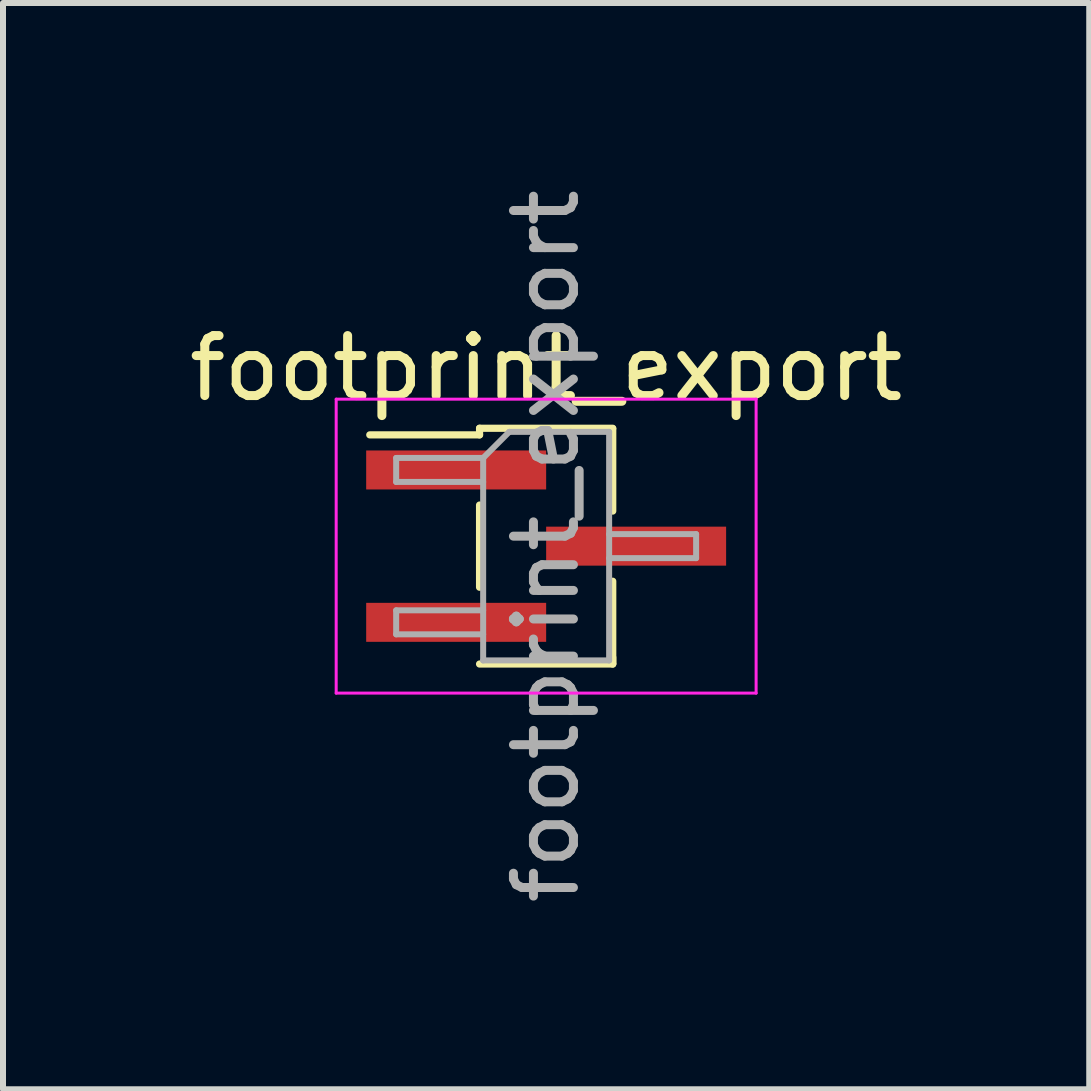
<source format=kicad_pcb>
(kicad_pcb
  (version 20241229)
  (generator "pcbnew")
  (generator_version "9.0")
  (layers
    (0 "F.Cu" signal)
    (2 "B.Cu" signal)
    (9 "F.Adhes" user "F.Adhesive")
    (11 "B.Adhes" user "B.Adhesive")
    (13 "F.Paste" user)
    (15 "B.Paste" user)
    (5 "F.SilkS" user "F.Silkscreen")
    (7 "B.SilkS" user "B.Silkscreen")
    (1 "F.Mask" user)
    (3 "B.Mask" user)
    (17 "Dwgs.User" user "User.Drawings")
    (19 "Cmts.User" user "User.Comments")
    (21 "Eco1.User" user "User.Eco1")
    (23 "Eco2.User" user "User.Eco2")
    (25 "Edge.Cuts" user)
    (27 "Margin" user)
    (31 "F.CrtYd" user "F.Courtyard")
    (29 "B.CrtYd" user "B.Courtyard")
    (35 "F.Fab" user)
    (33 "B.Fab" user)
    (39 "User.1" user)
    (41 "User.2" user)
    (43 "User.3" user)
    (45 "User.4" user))
  (footprint "footprint_export"
    (layer "F.Cu")
    (at 6.054 6.054)
    (property "Reference" "footprint_export" (at 0 -2.965 0) (layer "F.SilkS") (effects (font (size 1 1) (thickness 0.15))))
    (attr smd)
    (fp_line (start -1.11 -1.965) (end -1.11 -1.855) (stroke (width 0.12) (type solid)) (layer "F.SilkS"))
    (fp_line (start -1.11 -1.965) (end 1.11 -1.965) (stroke (width 0.12) (type solid)) (layer "F.SilkS"))
    (fp_line (start -1.11 -1.855) (end -2.94 -1.855) (stroke (width 0.12) (type solid)) (layer "F.SilkS"))
    (fp_line (start -1.11 -0.685) (end -1.11 0.685) (stroke (width 0.12) (type solid)) (layer "F.SilkS"))
    (fp_line (start -1.11 1.965) (end 1.11 1.965) (stroke (width 0.12) (type solid)) (layer "F.SilkS"))
    (fp_line (start 1.11 -1.955) (end 1.11 -0.585) (stroke (width 0.12) (type solid)) (layer "F.SilkS"))
    (fp_line (start 1.11 0.585) (end 1.11 1.955) (stroke (width 0.12) (type solid)) (layer "F.SilkS"))
    (fp_line (start 1.11 1.855) (end 1.11 1.965) (stroke (width 0.12) (type solid)) (layer "F.SilkS"))
    (fp_line (start -3.5 -2.45) (end -3.5 2.45) (stroke (width 0.05) (type solid)) (layer "F.CrtYd"))
    (fp_line (start -3.5 2.45) (end 3.5 2.45) (stroke (width 0.05) (type solid)) (layer "F.CrtYd"))
    (fp_line (start 3.5 -2.45) (end -3.5 -2.45) (stroke (width 0.05) (type solid)) (layer "F.CrtYd"))
    (fp_line (start 3.5 2.45) (end 3.5 -2.45) (stroke (width 0.05) (type solid)) (layer "F.CrtYd"))
    (fp_line (start -2.5 -1.47) (end -2.5 -1.07) (stroke (width 0.1) (type solid)) (layer "F.Fab"))
    (fp_line (start -2.5 -1.07) (end -1.05 -1.07) (stroke (width 0.1) (type solid)) (layer "F.Fab"))
    (fp_line (start -2.5 1.07) (end -2.5 1.47) (stroke (width 0.1) (type solid)) (layer "F.Fab"))
    (fp_line (start -2.5 1.47) (end -1.05 1.47) (stroke (width 0.1) (type solid)) (layer "F.Fab"))
    (fp_line (start -1.05 -1.47) (end -2.5 -1.47) (stroke (width 0.1) (type solid)) (layer "F.Fab"))
    (fp_line (start -1.05 -1.47) (end -0.615 -1.905) (stroke (width 0.1) (type solid)) (layer "F.Fab"))
    (fp_line (start -1.05 1.07) (end -2.5 1.07) (stroke (width 0.1) (type solid)) (layer "F.Fab"))
    (fp_line (start -1.05 1.905) (end -1.05 -1.47) (stroke (width 0.1) (type solid)) (layer "F.Fab"))
    (fp_line (start -0.615 -1.905) (end 1.05 -1.905) (stroke (width 0.1) (type solid)) (layer "F.Fab"))
    (fp_line (start 1.05 -1.905) (end 1.05 1.905) (stroke (width 0.1) (type solid)) (layer "F.Fab"))
    (fp_line (start 1.05 -0.2) (end 2.5 -0.2) (stroke (width 0.1) (type solid)) (layer "F.Fab"))
    (fp_line (start 1.05 1.905) (end -1.05 1.905) (stroke (width 0.1) (type solid)) (layer "F.Fab"))
    (fp_line (start 2.5 -0.2) (end 2.5 0.2) (stroke (width 0.1) (type solid)) (layer "F.Fab"))
    (fp_line (start 2.5 0.2) (end 1.05 0.2) (stroke (width 0.1) (type solid)) (layer "F.Fab"))
    (fp_text user "${REFERENCE}" (at 0 0 90) (layer "F.Fab") (effects (font (size 1 1) (thickness 0.15))))
    (pad "1" smd rect (at -1.5 -1.27) (size 3 0.65) (layers "F.Cu" "F.Mask" "F.Paste"))
    (pad "2" smd rect (at 1.5 0) (size 3 0.65) (layers "F.Cu" "F.Mask" "F.Paste"))
    (pad "3" smd rect (at -1.5 1.27) (size 3 0.65) (layers "F.Cu" "F.Mask" "F.Paste")))
  (gr_rect
    (start -3 -3)
    (end 15.107 15.107)
    (stroke (width 0.1) (type default))
    (fill no)
    (layer "Edge.Cuts")))
</source>
